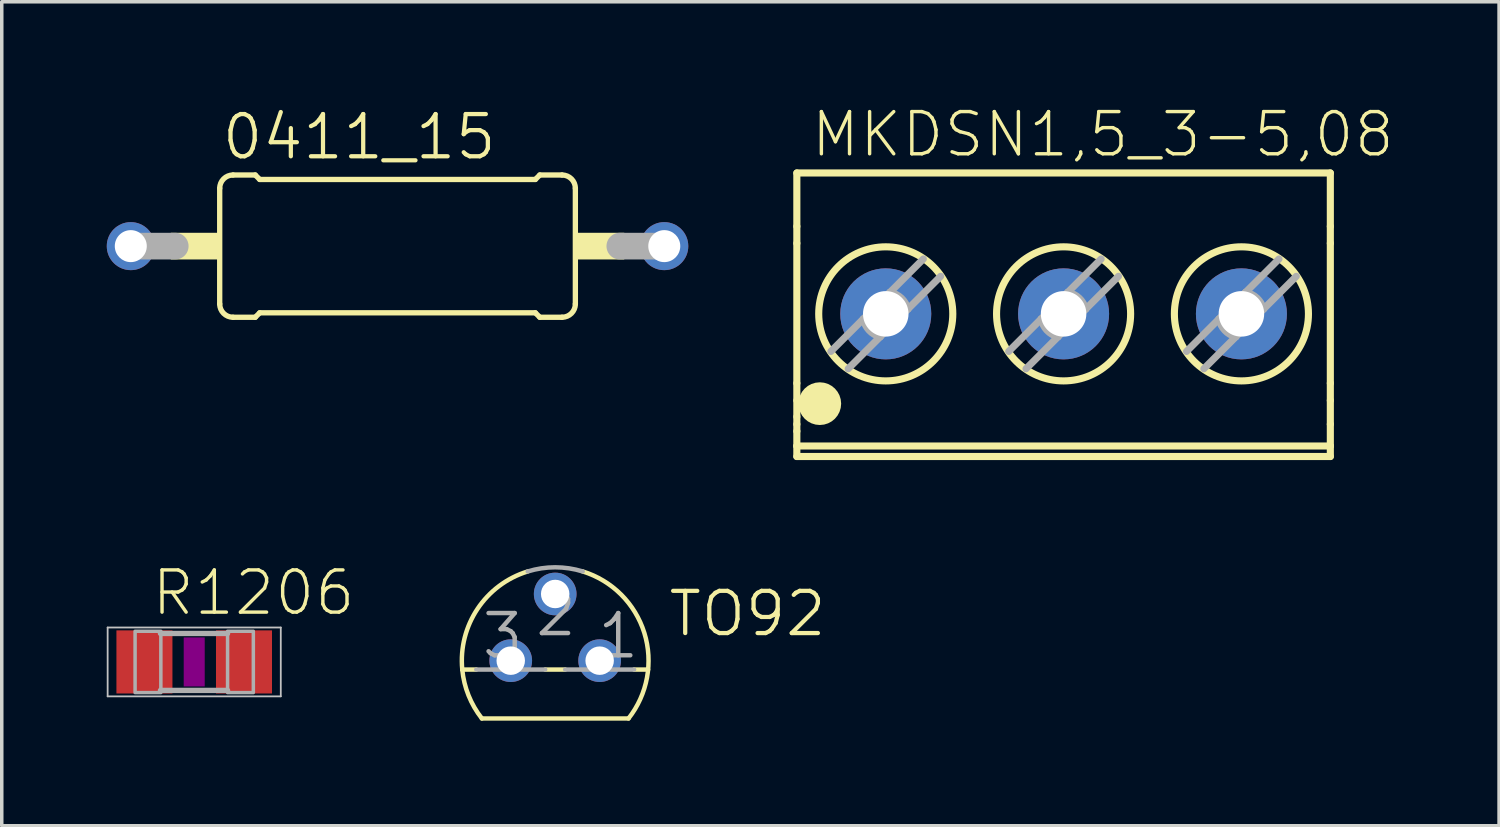
<source format=kicad_pcb>
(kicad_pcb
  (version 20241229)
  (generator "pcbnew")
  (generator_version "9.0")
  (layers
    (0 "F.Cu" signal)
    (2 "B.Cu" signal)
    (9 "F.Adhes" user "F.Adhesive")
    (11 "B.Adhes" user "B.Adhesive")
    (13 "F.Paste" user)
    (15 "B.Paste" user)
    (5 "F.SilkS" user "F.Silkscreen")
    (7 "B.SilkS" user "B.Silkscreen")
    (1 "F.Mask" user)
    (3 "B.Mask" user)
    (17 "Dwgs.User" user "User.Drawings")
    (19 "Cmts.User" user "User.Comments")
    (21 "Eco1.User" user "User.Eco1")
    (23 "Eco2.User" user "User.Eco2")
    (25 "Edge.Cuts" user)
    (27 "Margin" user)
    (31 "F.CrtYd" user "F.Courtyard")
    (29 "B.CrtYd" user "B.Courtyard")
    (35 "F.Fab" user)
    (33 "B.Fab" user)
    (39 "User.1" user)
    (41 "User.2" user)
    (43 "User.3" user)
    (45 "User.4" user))
  (footprint "0411_15"
    (layer "F.Cu")
    (at 8.306 3.981)
    (property "Reference" "0411_15" (at -5.08 -2.413 0) (layer "F.SilkS") (effects (font (size 1.206 1.206) (thickness 0.121)) (justify left bottom)))
    (attr through_hole)
    (fp_line (start -5.08 -1.651) (end -5.08 1.651) (stroke (width 0.152) (type solid)) (layer "F.SilkS"))
    (fp_line (start -4.699 -2.032) (end -4.064 -2.032) (stroke (width 0.152) (type solid)) (layer "F.SilkS"))
    (fp_line (start -4.699 2.032) (end -4.064 2.032) (stroke (width 0.152) (type solid)) (layer "F.SilkS"))
    (fp_line (start -3.937 -1.905) (end -4.064 -2.032) (stroke (width 0.152) (type solid)) (layer "F.SilkS"))
    (fp_line (start -3.937 -1.905) (end 3.937 -1.905) (stroke (width 0.152) (type solid)) (layer "F.SilkS"))
    (fp_line (start -3.937 1.905) (end -4.064 2.032) (stroke (width 0.152) (type solid)) (layer "F.SilkS"))
    (fp_line (start -3.937 1.905) (end 3.937 1.905) (stroke (width 0.152) (type solid)) (layer "F.SilkS"))
    (fp_line (start 3.937 -1.905) (end 4.064 -2.032) (stroke (width 0.152) (type solid)) (layer "F.SilkS"))
    (fp_line (start 3.937 1.905) (end 4.064 2.032) (stroke (width 0.152) (type solid)) (layer "F.SilkS"))
    (fp_line (start 4.699 -2.032) (end 4.064 -2.032) (stroke (width 0.152) (type solid)) (layer "F.SilkS"))
    (fp_line (start 4.699 2.032) (end 4.064 2.032) (stroke (width 0.152) (type solid)) (layer "F.SilkS"))
    (fp_line (start 5.08 1.651) (end 5.08 -1.651) (stroke (width 0.152) (type solid)) (layer "F.SilkS"))
    (fp_arc (start -5.08 -1.651) (mid -4.968408 -1.920408) (end -4.699 -2.032) (stroke (width 0.1524) (type solid)) (layer "F.SilkS"))
    (fp_arc (start -4.699 2.032) (mid -4.968408 1.920408) (end -5.08 1.651) (stroke (width 0.1524) (type solid)) (layer "F.SilkS"))
    (fp_arc (start 4.699 -2.032) (mid 4.968408 -1.920408) (end 5.08 -1.651) (stroke (width 0.1524) (type solid)) (layer "F.SilkS"))
    (fp_arc (start 5.08 1.651) (mid 4.968408 1.920408) (end 4.699 2.032) (stroke (width 0.1524) (type solid)) (layer "F.SilkS"))
    (fp_poly (pts (xy -6.477 0.381) (xy -5.08 0.381) (xy -5.08 -0.381) (xy -6.477 -0.381)) (stroke (width 0) (type solid)) (fill yes) (layer "F.SilkS"))
    (fp_poly (pts (xy 5.08 0.381) (xy 6.477 0.381) (xy 6.477 -0.381) (xy 5.08 -0.381)) (stroke (width 0) (type solid)) (fill yes) (layer "F.SilkS"))
    (fp_line (start -7.62 0) (end -6.35 0) (stroke (width 0.762) (type solid)) (layer "F.Fab"))
    (fp_line (start 6.35 0) (end 7.62 0) (stroke (width 0.762) (type solid)) (layer "F.Fab"))
    (pad "1" thru_hole circle (at -7.62 0) (size 1.372 1.372) (drill 0.914) (layers "*.Cu" "*.Mask"))
    (pad "2" thru_hole circle (at 7.62 0) (size 1.372 1.372) (drill 0.914) (layers "*.Cu" "*.Mask")))
  (footprint "R1206"
    (layer "F.Cu")
    (at 2.498 15.859)
    (property "Reference" "R1206" (at -1.27 -1.27 180) (layer "F.SilkS") (effects (font (size 1.206 1.206) (thickness 0.097)) (justify left bottom)))
    (attr through_hole)
    (fp_poly (pts (xy -0.3 0.7) (xy 0.3 0.7) (xy 0.3 -0.7) (xy -0.3 -0.7)) (stroke (width 0) (type solid)) (fill yes) (layer "F.Adhes"))
    (fp_line (start -2.473 -0.983) (end 2.473 -0.983) (stroke (width 0.051) (type solid)) (layer "Dwgs.User"))
    (fp_line (start -2.473 0.983) (end -2.473 -0.983) (stroke (width 0.051) (type solid)) (layer "Dwgs.User"))
    (fp_line (start 2.473 -0.983) (end 2.473 0.983) (stroke (width 0.051) (type solid)) (layer "Dwgs.User"))
    (fp_line (start 2.473 0.983) (end -2.473 0.983) (stroke (width 0.051) (type solid)) (layer "Dwgs.User"))
    (fp_line (start 0.953 -0.813) (end -0.965 -0.813) (stroke (width 0.152) (type solid)) (layer "F.Fab"))
    (fp_line (start 0.953 0.813) (end -0.965 0.813) (stroke (width 0.152) (type solid)) (layer "F.Fab"))
    (fp_poly (pts (xy -1.689 0.876) (xy -0.953 0.876) (xy -0.953 -0.876) (xy -1.689 -0.876)) (stroke (width 0.1) (type solid)) (fill no) (layer "F.Fab"))
    (fp_poly (pts (xy 0.953 0.876) (xy 1.689 0.876) (xy 1.689 -0.876) (xy 0.953 -0.876)) (stroke (width 0.1) (type solid)) (fill no) (layer "F.Fab"))
    (pad "1" smd rect (at -1.422 0) (size 1.6 1.803) (layers "F.Cu" "F.Mask" "F.Paste"))
    (pad "2" smd rect (at 1.422 0) (size 1.6 1.803) (layers "F.Cu" "F.Mask" "F.Paste")))
  (footprint "TO92"
    (layer "F.Cu")
    (at 12.81 15.823)
    (property "Reference" "TO92" (at 3.175 -0.635 180) (layer "F.SilkS") (effects (font (size 1.206 1.206) (thickness 0.121)) (justify left bottom)))
    (attr through_hole)
    (fp_line (start -2.655 0.254) (end -2.254 0.254) (stroke (width 0.127) (type solid)) (layer "F.SilkS"))
    (fp_line (start -2.095 1.651) (end 2.095 1.651) (stroke (width 0.127) (type solid)) (layer "F.SilkS"))
    (fp_line (start -0.286 0.254) (end 0.286 0.254) (stroke (width 0.127) (type solid)) (layer "F.SilkS"))
    (fp_line (start 2.254 0.254) (end 2.655 0.254) (stroke (width 0.127) (type solid)) (layer "F.SilkS"))
    (fp_arc (start -2.6549 0.254) (mid -2.219001 -1.479566) (end -0.786299 -2.548501) (stroke (width 0.127) (type solid)) (layer "F.SilkS"))
    (fp_arc (start -2.0946 1.651) (mid -2.475347 0.992847) (end -2.654901 0.254) (stroke (width 0.127) (type solid)) (layer "F.SilkS"))
    (fp_arc (start 0.7863 -2.5484) (mid 2.546275 -0.793203) (end 2.094499 1.651) (stroke (width 0.127) (type solid)) (layer "F.SilkS"))
    (fp_line (start -2.254 0.254) (end -0.286 0.254) (stroke (width 0.127) (type solid)) (layer "F.Fab"))
    (fp_line (start 0.286 0.254) (end 2.254 0.254) (stroke (width 0.127) (type solid)) (layer "F.Fab"))
    (fp_arc (start -0.7863 -2.5485) (mid 0 -2.667043) (end 0.7863 -2.5485) (stroke (width 0.127) (type solid)) (layer "F.Fab"))
    (fp_text user "2" (at -0.635 -0.635 0) (layer "F.Fab") (effects (font (size 1.206 1.206) (thickness 0.127)) (justify left bottom)))
    (fp_text user "3" (at -2.159 0 0) (layer "F.Fab") (effects (font (size 1.206 1.206) (thickness 0.127)) (justify left bottom)))
    (fp_text user "1" (at 1.143 0 0) (layer "F.Fab") (effects (font (size 1.206 1.206) (thickness 0.127)) (justify left bottom)))
    (pad "1" thru_hole circle (at 1.27 0) (size 1.219 1.219) (drill 0.813) (layers "*.Cu" "*.Mask"))
    (pad "2" thru_hole circle (at 0 -1.905) (size 1.219 1.219) (drill 0.813) (layers "*.Cu" "*.Mask"))
    (pad "3" thru_hole circle (at -1.27 0) (size 1.219 1.219) (drill 0.813) (layers "*.Cu" "*.Mask")))
  (footprint "MKDSN1,5_3-5,08"
    (layer "F.Cu")
    (at 29.894 5.941)
    (property "Reference" "MKDSN1,5_3-5,08" (at -9.831 -4.445 0) (layer "F.SilkS") (effects (font (size 1.206 1.206) (thickness 0.097)) (justify left bottom)))
    (attr through_hole)
    (fp_line (start -10.181 -4.05) (end 5.059 -4.05) (stroke (width 0.203) (type solid)) (layer "F.SilkS"))
    (fp_line (start -10.181 -2.524) (end -10.181 -4.05) (stroke (width 0.203) (type solid)) (layer "F.SilkS"))
    (fp_line (start -10.181 -2.524) (end -10.181 -2.041) (stroke (width 0.203) (type solid)) (layer "F.SilkS"))
    (fp_line (start -10.181 1.956) (end -10.181 -2.041) (stroke (width 0.203) (type solid)) (layer "F.SilkS"))
    (fp_line (start -10.181 1.956) (end -10.181 2.448) (stroke (width 0.203) (type solid)) (layer "F.SilkS"))
    (fp_line (start -10.181 2.913) (end -10.181 2.448) (stroke (width 0.203) (type solid)) (layer "F.SilkS"))
    (fp_line (start -10.181 3.128) (end -10.181 2.913) (stroke (width 0.203) (type solid)) (layer "F.SilkS"))
    (fp_line (start -10.181 3.327) (end -10.181 3.128) (stroke (width 0.203) (type solid)) (layer "F.SilkS"))
    (fp_line (start -10.181 3.75) (end -10.181 3.327) (stroke (width 0.203) (type solid)) (layer "F.SilkS"))
    (fp_line (start -10.181 3.75) (end -10.181 4.05) (stroke (width 0.203) (type solid)) (layer "F.SilkS"))
    (fp_line (start -10.181 4.05) (end 5.059 4.05) (stroke (width 0.203) (type solid)) (layer "F.SilkS"))
    (fp_line (start 5.059 -2.524) (end 5.059 -4.05) (stroke (width 0.203) (type solid)) (layer "F.SilkS"))
    (fp_line (start 5.059 -2.524) (end 5.059 -2.041) (stroke (width 0.203) (type solid)) (layer "F.SilkS"))
    (fp_line (start 5.059 1.956) (end 5.059 -2.041) (stroke (width 0.203) (type solid)) (layer "F.SilkS"))
    (fp_line (start 5.059 1.956) (end 5.059 2.448) (stroke (width 0.203) (type solid)) (layer "F.SilkS"))
    (fp_line (start 5.059 3.128) (end 5.059 2.448) (stroke (width 0.203) (type solid)) (layer "F.SilkS"))
    (fp_line (start 5.059 3.75) (end -10.181 3.75) (stroke (width 0.203) (type solid)) (layer "F.SilkS"))
    (fp_line (start 5.059 3.75) (end 5.059 3.128) (stroke (width 0.203) (type solid)) (layer "F.SilkS"))
    (fp_line (start 5.059 3.75) (end 5.059 4.05) (stroke (width 0.203) (type solid)) (layer "F.SilkS"))
    (fp_circle (center -9.525 2.54) (end -9.22 2.54) (stroke (width 0.61) (type solid)) (fill no) (layer "F.SilkS"))
    (fp_circle (center -7.641 -0.025) (end -5.726 -0.025) (stroke (width 0.203) (type solid)) (fill no) (layer "F.SilkS"))
    (fp_circle (center -2.561 -0.025) (end -0.646 -0.025) (stroke (width 0.203) (type solid)) (fill no) (layer "F.SilkS"))
    (fp_circle (center 2.519 -0.025) (end 4.434 -0.025) (stroke (width 0.203) (type solid)) (fill no) (layer "F.SilkS"))
    (fp_line (start -9.209 1.048) (end -8.28 0.119) (stroke (width 0.203) (type solid)) (layer "F.Fab"))
    (fp_line (start -8.28 0.119) (end -7.641 -0.52) (stroke (width 0.203) (type solid)) (layer "F.Fab"))
    (fp_line (start -7.801 0.63) (end -8.714 1.543) (stroke (width 0.203) (type solid)) (layer "F.Fab"))
    (fp_line (start -7.641 -0.52) (end -7.522 -0.639) (stroke (width 0.203) (type solid)) (layer "F.Fab"))
    (fp_line (start -7.641 0.47) (end -7.801 0.63) (stroke (width 0.203) (type solid)) (layer "F.Fab"))
    (fp_line (start -7.522 -0.639) (end -6.568 -1.593) (stroke (width 0.203) (type solid)) (layer "F.Fab"))
    (fp_line (start -7.011 -0.16) (end -7.641 0.47) (stroke (width 0.203) (type solid)) (layer "F.Fab"))
    (fp_line (start -6.073 -1.098) (end -7.011 -0.16) (stroke (width 0.203) (type solid)) (layer "F.Fab"))
    (fp_line (start -4.129 1.048) (end -3.2 0.119) (stroke (width 0.203) (type solid)) (layer "F.Fab"))
    (fp_line (start -3.2 0.119) (end -2.561 -0.52) (stroke (width 0.203) (type solid)) (layer "F.Fab"))
    (fp_line (start -2.721 0.63) (end -3.634 1.543) (stroke (width 0.203) (type solid)) (layer "F.Fab"))
    (fp_line (start -2.561 -0.52) (end -2.442 -0.639) (stroke (width 0.203) (type solid)) (layer "F.Fab"))
    (fp_line (start -2.561 0.47) (end -2.721 0.63) (stroke (width 0.203) (type solid)) (layer "F.Fab"))
    (fp_line (start -2.442 -0.639) (end -1.488 -1.593) (stroke (width 0.203) (type solid)) (layer "F.Fab"))
    (fp_line (start -1.931 -0.16) (end -2.561 0.47) (stroke (width 0.203) (type solid)) (layer "F.Fab"))
    (fp_line (start -0.993 -1.098) (end -1.931 -0.16) (stroke (width 0.203) (type solid)) (layer "F.Fab"))
    (fp_line (start 0.951 1.048) (end 1.88 0.119) (stroke (width 0.203) (type solid)) (layer "F.Fab"))
    (fp_line (start 1.88 0.119) (end 2.519 -0.52) (stroke (width 0.203) (type solid)) (layer "F.Fab"))
    (fp_line (start 2.359 0.63) (end 1.446 1.543) (stroke (width 0.203) (type solid)) (layer "F.Fab"))
    (fp_line (start 2.519 -0.52) (end 2.638 -0.639) (stroke (width 0.203) (type solid)) (layer "F.Fab"))
    (fp_line (start 2.519 0.47) (end 2.359 0.63) (stroke (width 0.203) (type solid)) (layer "F.Fab"))
    (fp_line (start 2.638 -0.639) (end 3.592 -1.593) (stroke (width 0.203) (type solid)) (layer "F.Fab"))
    (fp_line (start 3.149 -0.16) (end 2.519 0.47) (stroke (width 0.203) (type solid)) (layer "F.Fab"))
    (fp_line (start 4.087 -1.098) (end 3.149 -0.16) (stroke (width 0.203) (type solid)) (layer "F.Fab"))
    (fp_arc (start -7.801099 0.63) (mid -8.115315 0.444537) (end -8.2801 0.119) (stroke (width 0.2032) (type solid)) (layer "F.Fab"))
    (fp_arc (start -7.5221 -0.639) (mid -7.196563 -0.474216) (end -7.0111 -0.16) (stroke (width 0.2032) (type solid)) (layer "F.Fab"))
    (fp_arc (start -2.721099 0.63) (mid -3.035315 0.444537) (end -3.2001 0.119) (stroke (width 0.2032) (type solid)) (layer "F.Fab"))
    (fp_arc (start -2.4421 -0.639) (mid -2.116563 -0.474216) (end -1.9311 -0.16) (stroke (width 0.2032) (type solid)) (layer "F.Fab"))
    (fp_arc (start 2.3589 0.629999) (mid 2.044684 0.444536) (end 1.8799 0.119) (stroke (width 0.2032) (type solid)) (layer "F.Fab"))
    (fp_arc (start 2.6379 -0.639001) (mid 2.963437 -0.474216) (end 3.1489 -0.16) (stroke (width 0.2032) (type solid)) (layer "F.Fab"))
    (pad "1" thru_hole circle (at -7.641 -0.025) (size 2.6 2.6) (drill 1.3) (layers "*.Cu" "*.Mask"))
    (pad "2" thru_hole circle (at -2.561 -0.025) (size 2.6 2.6) (drill 1.3) (layers "*.Cu" "*.Mask"))
    (pad "3" thru_hole circle (at 2.519 -0.025) (size 2.6 2.6) (drill 1.3) (layers "*.Cu" "*.Mask")))
  (gr_rect
    (start -3 -3)
    (end 39.773 20.538)
    (stroke (width 0.1) (type default))
    (fill no)
    (layer "Edge.Cuts")))
</source>
